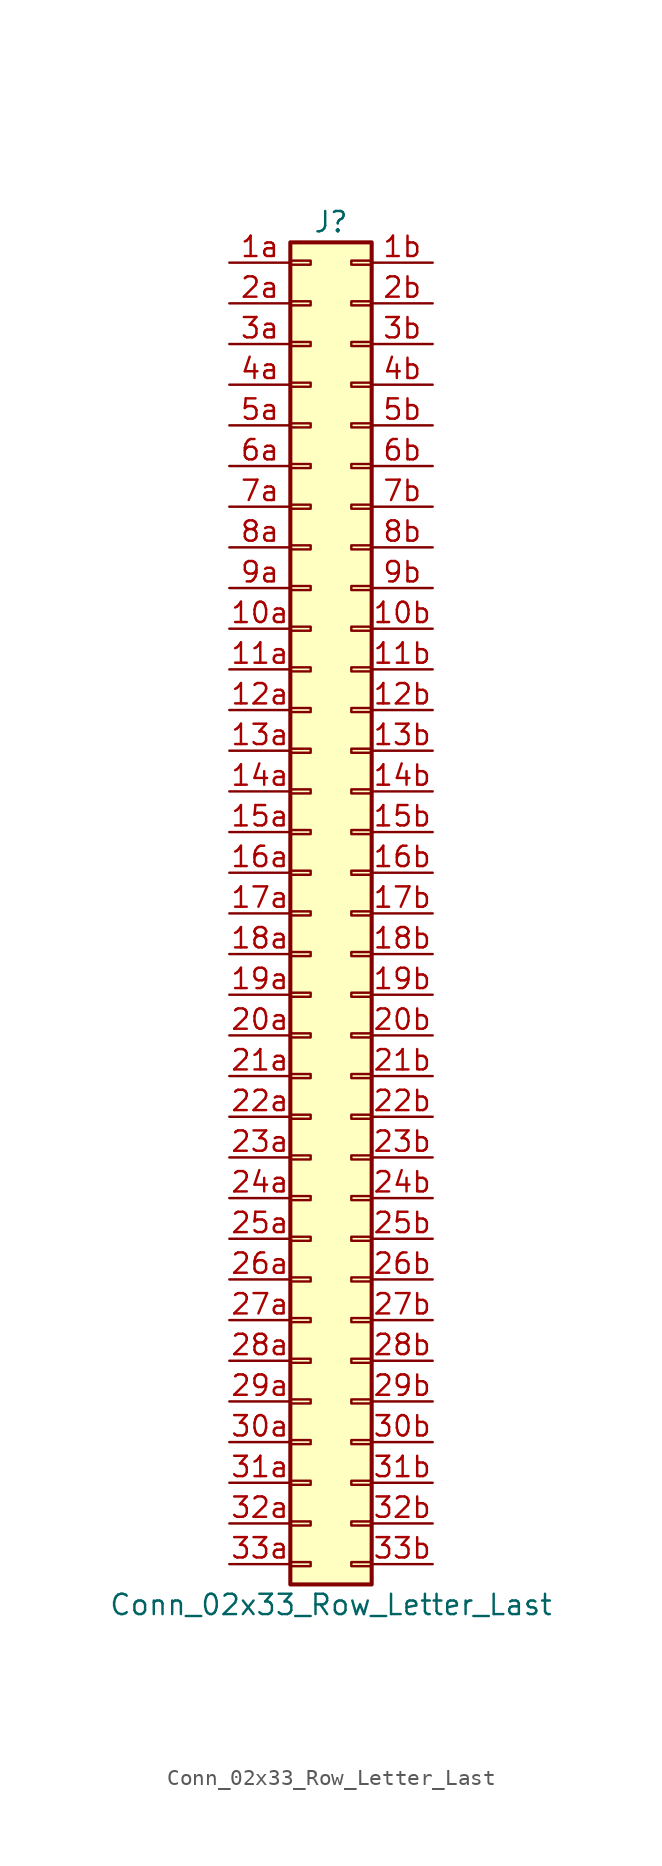
<source format=kicad_sym>
(kicad_symbol_lib
  (version 20201005)
  (generator kicad_symbol_editor)
  (symbol "Conn_02x33_Row_Letter_Last"
    (pin_names
      (offset 1.016) hide)
    (property "Reference" "J"
      (at 1.27 43.18 0)
      (effects (font (size 1.27 1.27))))
    (property "Value" "Conn_02x33_Row_Letter_Last"
      (at 1.27 -43.18 0)
      (effects (font (size 1.27 1.27))))
    (symbol "Conn_02x33_Row_Letter_Last_1_1"
      (rectangle (start -1.27 -40.513) (end 0 -40.767) (stroke (width 0.152)) (fill (type none)))
      (rectangle (start -1.27 -37.973) (end 0 -38.227) (stroke (width 0.152)) (fill (type none)))
      (rectangle (start -1.27 -35.433) (end 0 -35.687) (stroke (width 0.152)) (fill (type none)))
      (rectangle (start -1.27 -32.893) (end 0 -33.147) (stroke (width 0.152)) (fill (type none)))
      (rectangle (start -1.27 -30.353) (end 0 -30.607) (stroke (width 0.152)) (fill (type none)))
      (rectangle (start -1.27 -27.813) (end 0 -28.067) (stroke (width 0.152)) (fill (type none)))
      (rectangle (start -1.27 -25.273) (end 0 -25.527) (stroke (width 0.152)) (fill (type none)))
      (rectangle (start -1.27 -22.733) (end 0 -22.987) (stroke (width 0.152)) (fill (type none)))
      (rectangle (start -1.27 -20.193) (end 0 -20.447) (stroke (width 0.152)) (fill (type none)))
      (rectangle (start -1.27 -17.653) (end 0 -17.907) (stroke (width 0.152)) (fill (type none)))
      (rectangle (start -1.27 -15.113) (end 0 -15.367) (stroke (width 0.152)) (fill (type none)))
      (rectangle (start -1.27 -12.573) (end 0 -12.827) (stroke (width 0.152)) (fill (type none)))
      (rectangle (start -1.27 -10.033) (end 0 -10.287) (stroke (width 0.152)) (fill (type none)))
      (rectangle (start -1.27 -7.493) (end 0 -7.747) (stroke (width 0.152)) (fill (type none)))
      (rectangle (start -1.27 -4.953) (end 0 -5.207) (stroke (width 0.152)) (fill (type none)))
      (rectangle (start -1.27 -2.413) (end 0 -2.667) (stroke (width 0.152)) (fill (type none)))
      (rectangle (start -1.27 0.127) (end 0 -0.127) (stroke (width 0.152)) (fill (type none)))
      (rectangle (start -1.27 2.667) (end 0 2.413) (stroke (width 0.152)) (fill (type none)))
      (rectangle (start -1.27 5.207) (end 0 4.953) (stroke (width 0.152)) (fill (type none)))
      (rectangle (start -1.27 7.747) (end 0 7.493) (stroke (width 0.152)) (fill (type none)))
      (rectangle (start -1.27 10.287) (end 0 10.033) (stroke (width 0.152)) (fill (type none)))
      (rectangle (start -1.27 12.827) (end 0 12.573) (stroke (width 0.152)) (fill (type none)))
      (rectangle (start -1.27 15.367) (end 0 15.113) (stroke (width 0.152)) (fill (type none)))
      (rectangle (start -1.27 17.907) (end 0 17.653) (stroke (width 0.152)) (fill (type none)))
      (rectangle (start -1.27 20.447) (end 0 20.193) (stroke (width 0.152)) (fill (type none)))
      (rectangle (start -1.27 22.987) (end 0 22.733) (stroke (width 0.152)) (fill (type none)))
      (rectangle (start -1.27 25.527) (end 0 25.273) (stroke (width 0.152)) (fill (type none)))
      (rectangle (start -1.27 28.067) (end 0 27.813) (stroke (width 0.152)) (fill (type none)))
      (rectangle (start -1.27 30.607) (end 0 30.353) (stroke (width 0.152)) (fill (type none)))
      (rectangle (start -1.27 33.147) (end 0 32.893) (stroke (width 0.152)) (fill (type none)))
      (rectangle (start -1.27 35.687) (end 0 35.433) (stroke (width 0.152)) (fill (type none)))
      (rectangle (start -1.27 38.227) (end 0 37.973) (stroke (width 0.152)) (fill (type none)))
      (rectangle (start -1.27 40.767) (end 0 40.513) (stroke (width 0.152)) (fill (type none)))
      (rectangle (start -1.27 41.91) (end 3.81 -41.91) (stroke (width 0.254)) (fill (type background)))
      (rectangle (start 3.81 -40.513) (end 2.54 -40.767) (stroke (width 0.152)) (fill (type none)))
      (rectangle (start 3.81 -37.973) (end 2.54 -38.227) (stroke (width 0.152)) (fill (type none)))
      (rectangle (start 3.81 -35.433) (end 2.54 -35.687) (stroke (width 0.152)) (fill (type none)))
      (rectangle (start 3.81 -32.893) (end 2.54 -33.147) (stroke (width 0.152)) (fill (type none)))
      (rectangle (start 3.81 -30.353) (end 2.54 -30.607) (stroke (width 0.152)) (fill (type none)))
      (rectangle (start 3.81 -27.813) (end 2.54 -28.067) (stroke (width 0.152)) (fill (type none)))
      (rectangle (start 3.81 -25.273) (end 2.54 -25.527) (stroke (width 0.152)) (fill (type none)))
      (rectangle (start 3.81 -22.733) (end 2.54 -22.987) (stroke (width 0.152)) (fill (type none)))
      (rectangle (start 3.81 -20.193) (end 2.54 -20.447) (stroke (width 0.152)) (fill (type none)))
      (rectangle (start 3.81 -17.653) (end 2.54 -17.907) (stroke (width 0.152)) (fill (type none)))
      (rectangle (start 3.81 -15.113) (end 2.54 -15.367) (stroke (width 0.152)) (fill (type none)))
      (rectangle (start 3.81 -12.573) (end 2.54 -12.827) (stroke (width 0.152)) (fill (type none)))
      (rectangle (start 3.81 -10.033) (end 2.54 -10.287) (stroke (width 0.152)) (fill (type none)))
      (rectangle (start 3.81 -7.493) (end 2.54 -7.747) (stroke (width 0.152)) (fill (type none)))
      (rectangle (start 3.81 -4.953) (end 2.54 -5.207) (stroke (width 0.152)) (fill (type none)))
      (rectangle (start 3.81 -2.413) (end 2.54 -2.667) (stroke (width 0.152)) (fill (type none)))
      (rectangle (start 3.81 0.127) (end 2.54 -0.127) (stroke (width 0.152)) (fill (type none)))
      (rectangle (start 3.81 2.667) (end 2.54 2.413) (stroke (width 0.152)) (fill (type none)))
      (rectangle (start 3.81 5.207) (end 2.54 4.953) (stroke (width 0.152)) (fill (type none)))
      (rectangle (start 3.81 7.747) (end 2.54 7.493) (stroke (width 0.152)) (fill (type none)))
      (rectangle (start 3.81 10.287) (end 2.54 10.033) (stroke (width 0.152)) (fill (type none)))
      (rectangle (start 3.81 12.827) (end 2.54 12.573) (stroke (width 0.152)) (fill (type none)))
      (rectangle (start 3.81 15.367) (end 2.54 15.113) (stroke (width 0.152)) (fill (type none)))
      (rectangle (start 3.81 17.907) (end 2.54 17.653) (stroke (width 0.152)) (fill (type none)))
      (rectangle (start 3.81 20.447) (end 2.54 20.193) (stroke (width 0.152)) (fill (type none)))
      (rectangle (start 3.81 22.987) (end 2.54 22.733) (stroke (width 0.152)) (fill (type none)))
      (rectangle (start 3.81 25.527) (end 2.54 25.273) (stroke (width 0.152)) (fill (type none)))
      (rectangle (start 3.81 28.067) (end 2.54 27.813) (stroke (width 0.152)) (fill (type none)))
      (rectangle (start 3.81 30.607) (end 2.54 30.353) (stroke (width 0.152)) (fill (type none)))
      (rectangle (start 3.81 33.147) (end 2.54 32.893) (stroke (width 0.152)) (fill (type none)))
      (rectangle (start 3.81 35.687) (end 2.54 35.433) (stroke (width 0.152)) (fill (type none)))
      (rectangle (start 3.81 38.227) (end 2.54 37.973) (stroke (width 0.152)) (fill (type none)))
      (rectangle (start 3.81 40.767) (end 2.54 40.513) (stroke (width 0.152)) (fill (type none)))
      (pin passive line (at -5.08 17.78 0) (length 3.81) (name "Pin_10a" (effects (font (size 1.27 1.27)))) (number "10a" (effects (font (size 1.27 1.27)))))
      (pin passive line (at 7.62 17.78 180) (length 3.81) (name "Pin_10b" (effects (font (size 1.27 1.27)))) (number "10b" (effects (font (size 1.27 1.27)))))
      (pin passive line (at -5.08 15.24 0) (length 3.81) (name "Pin_11a" (effects (font (size 1.27 1.27)))) (number "11a" (effects (font (size 1.27 1.27)))))
      (pin passive line (at 7.62 15.24 180) (length 3.81) (name "Pin_11b" (effects (font (size 1.27 1.27)))) (number "11b" (effects (font (size 1.27 1.27)))))
      (pin passive line (at -5.08 12.7 0) (length 3.81) (name "Pin_12a" (effects (font (size 1.27 1.27)))) (number "12a" (effects (font (size 1.27 1.27)))))
      (pin passive line (at 7.62 12.7 180) (length 3.81) (name "Pin_12b" (effects (font (size 1.27 1.27)))) (number "12b" (effects (font (size 1.27 1.27)))))
      (pin passive line (at -5.08 10.16 0) (length 3.81) (name "Pin_13a" (effects (font (size 1.27 1.27)))) (number "13a" (effects (font (size 1.27 1.27)))))
      (pin passive line (at 7.62 10.16 180) (length 3.81) (name "Pin_13b" (effects (font (size 1.27 1.27)))) (number "13b" (effects (font (size 1.27 1.27)))))
      (pin passive line (at -5.08 7.62 0) (length 3.81) (name "Pin_14a" (effects (font (size 1.27 1.27)))) (number "14a" (effects (font (size 1.27 1.27)))))
      (pin passive line (at 7.62 7.62 180) (length 3.81) (name "Pin_14b" (effects (font (size 1.27 1.27)))) (number "14b" (effects (font (size 1.27 1.27)))))
      (pin passive line (at -5.08 5.08 0) (length 3.81) (name "Pin_15a" (effects (font (size 1.27 1.27)))) (number "15a" (effects (font (size 1.27 1.27)))))
      (pin passive line (at 7.62 5.08 180) (length 3.81) (name "Pin_15b" (effects (font (size 1.27 1.27)))) (number "15b" (effects (font (size 1.27 1.27)))))
      (pin passive line (at -5.08 2.54 0) (length 3.81) (name "Pin_16a" (effects (font (size 1.27 1.27)))) (number "16a" (effects (font (size 1.27 1.27)))))
      (pin passive line (at 7.62 2.54 180) (length 3.81) (name "Pin_16b" (effects (font (size 1.27 1.27)))) (number "16b" (effects (font (size 1.27 1.27)))))
      (pin passive line (at -5.08 0 0) (length 3.81) (name "Pin_17a" (effects (font (size 1.27 1.27)))) (number "17a" (effects (font (size 1.27 1.27)))))
      (pin passive line (at 7.62 0 180) (length 3.81) (name "Pin_17b" (effects (font (size 1.27 1.27)))) (number "17b" (effects (font (size 1.27 1.27)))))
      (pin passive line (at -5.08 -2.54 0) (length 3.81) (name "Pin_18a" (effects (font (size 1.27 1.27)))) (number "18a" (effects (font (size 1.27 1.27)))))
      (pin passive line (at 7.62 -2.54 180) (length 3.81) (name "Pin_18b" (effects (font (size 1.27 1.27)))) (number "18b" (effects (font (size 1.27 1.27)))))
      (pin passive line (at -5.08 -5.08 0) (length 3.81) (name "Pin_19a" (effects (font (size 1.27 1.27)))) (number "19a" (effects (font (size 1.27 1.27)))))
      (pin passive line (at 7.62 -5.08 180) (length 3.81) (name "Pin_19b" (effects (font (size 1.27 1.27)))) (number "19b" (effects (font (size 1.27 1.27)))))
      (pin passive line (at -5.08 40.64 0) (length 3.81) (name "Pin_1a" (effects (font (size 1.27 1.27)))) (number "1a" (effects (font (size 1.27 1.27)))))
      (pin passive line (at 7.62 40.64 180) (length 3.81) (name "Pin_1b" (effects (font (size 1.27 1.27)))) (number "1b" (effects (font (size 1.27 1.27)))))
      (pin passive line (at -5.08 -7.62 0) (length 3.81) (name "Pin_20a" (effects (font (size 1.27 1.27)))) (number "20a" (effects (font (size 1.27 1.27)))))
      (pin passive line (at 7.62 -7.62 180) (length 3.81) (name "Pin_20b" (effects (font (size 1.27 1.27)))) (number "20b" (effects (font (size 1.27 1.27)))))
      (pin passive line (at -5.08 -10.16 0) (length 3.81) (name "Pin_21a" (effects (font (size 1.27 1.27)))) (number "21a" (effects (font (size 1.27 1.27)))))
      (pin passive line (at 7.62 -10.16 180) (length 3.81) (name "Pin_21b" (effects (font (size 1.27 1.27)))) (number "21b" (effects (font (size 1.27 1.27)))))
      (pin passive line (at -5.08 -12.7 0) (length 3.81) (name "Pin_22a" (effects (font (size 1.27 1.27)))) (number "22a" (effects (font (size 1.27 1.27)))))
      (pin passive line (at 7.62 -12.7 180) (length 3.81) (name "Pin_22b" (effects (font (size 1.27 1.27)))) (number "22b" (effects (font (size 1.27 1.27)))))
      (pin passive line (at -5.08 -15.24 0) (length 3.81) (name "Pin_23a" (effects (font (size 1.27 1.27)))) (number "23a" (effects (font (size 1.27 1.27)))))
      (pin passive line (at 7.62 -15.24 180) (length 3.81) (name "Pin_23b" (effects (font (size 1.27 1.27)))) (number "23b" (effects (font (size 1.27 1.27)))))
      (pin passive line (at -5.08 -17.78 0) (length 3.81) (name "Pin_24a" (effects (font (size 1.27 1.27)))) (number "24a" (effects (font (size 1.27 1.27)))))
      (pin passive line (at 7.62 -17.78 180) (length 3.81) (name "Pin_24b" (effects (font (size 1.27 1.27)))) (number "24b" (effects (font (size 1.27 1.27)))))
      (pin passive line (at -5.08 -20.32 0) (length 3.81) (name "Pin_25a" (effects (font (size 1.27 1.27)))) (number "25a" (effects (font (size 1.27 1.27)))))
      (pin passive line (at 7.62 -20.32 180) (length 3.81) (name "Pin_25b" (effects (font (size 1.27 1.27)))) (number "25b" (effects (font (size 1.27 1.27)))))
      (pin passive line (at -5.08 -22.86 0) (length 3.81) (name "Pin_26a" (effects (font (size 1.27 1.27)))) (number "26a" (effects (font (size 1.27 1.27)))))
      (pin passive line (at 7.62 -22.86 180) (length 3.81) (name "Pin_26b" (effects (font (size 1.27 1.27)))) (number "26b" (effects (font (size 1.27 1.27)))))
      (pin passive line (at -5.08 -25.4 0) (length 3.81) (name "Pin_27a" (effects (font (size 1.27 1.27)))) (number "27a" (effects (font (size 1.27 1.27)))))
      (pin passive line (at 7.62 -25.4 180) (length 3.81) (name "Pin_27b" (effects (font (size 1.27 1.27)))) (number "27b" (effects (font (size 1.27 1.27)))))
      (pin passive line (at -5.08 -27.94 0) (length 3.81) (name "Pin_28a" (effects (font (size 1.27 1.27)))) (number "28a" (effects (font (size 1.27 1.27)))))
      (pin passive line (at 7.62 -27.94 180) (length 3.81) (name "Pin_28b" (effects (font (size 1.27 1.27)))) (number "28b" (effects (font (size 1.27 1.27)))))
      (pin passive line (at -5.08 -30.48 0) (length 3.81) (name "Pin_29a" (effects (font (size 1.27 1.27)))) (number "29a" (effects (font (size 1.27 1.27)))))
      (pin passive line (at 7.62 -30.48 180) (length 3.81) (name "Pin_29b" (effects (font (size 1.27 1.27)))) (number "29b" (effects (font (size 1.27 1.27)))))
      (pin passive line (at -5.08 38.1 0) (length 3.81) (name "Pin_2a" (effects (font (size 1.27 1.27)))) (number "2a" (effects (font (size 1.27 1.27)))))
      (pin passive line (at 7.62 38.1 180) (length 3.81) (name "Pin_2b" (effects (font (size 1.27 1.27)))) (number "2b" (effects (font (size 1.27 1.27)))))
      (pin passive line (at -5.08 -33.02 0) (length 3.81) (name "Pin_30a" (effects (font (size 1.27 1.27)))) (number "30a" (effects (font (size 1.27 1.27)))))
      (pin passive line (at 7.62 -33.02 180) (length 3.81) (name "Pin_30b" (effects (font (size 1.27 1.27)))) (number "30b" (effects (font (size 1.27 1.27)))))
      (pin passive line (at -5.08 -35.56 0) (length 3.81) (name "Pin_31a" (effects (font (size 1.27 1.27)))) (number "31a" (effects (font (size 1.27 1.27)))))
      (pin passive line (at 7.62 -35.56 180) (length 3.81) (name "Pin_31b" (effects (font (size 1.27 1.27)))) (number "31b" (effects (font (size 1.27 1.27)))))
      (pin passive line (at -5.08 -38.1 0) (length 3.81) (name "Pin_32a" (effects (font (size 1.27 1.27)))) (number "32a" (effects (font (size 1.27 1.27)))))
      (pin passive line (at 7.62 -38.1 180) (length 3.81) (name "Pin_32b" (effects (font (size 1.27 1.27)))) (number "32b" (effects (font (size 1.27 1.27)))))
      (pin passive line (at -5.08 -40.64 0) (length 3.81) (name "Pin_33a" (effects (font (size 1.27 1.27)))) (number "33a" (effects (font (size 1.27 1.27)))))
      (pin passive line (at 7.62 -40.64 180) (length 3.81) (name "Pin_33b" (effects (font (size 1.27 1.27)))) (number "33b" (effects (font (size 1.27 1.27)))))
      (pin passive line (at -5.08 35.56 0) (length 3.81) (name "Pin_3a" (effects (font (size 1.27 1.27)))) (number "3a" (effects (font (size 1.27 1.27)))))
      (pin passive line (at 7.62 35.56 180) (length 3.81) (name "Pin_3b" (effects (font (size 1.27 1.27)))) (number "3b" (effects (font (size 1.27 1.27)))))
      (pin passive line (at -5.08 33.02 0) (length 3.81) (name "Pin_4a" (effects (font (size 1.27 1.27)))) (number "4a" (effects (font (size 1.27 1.27)))))
      (pin passive line (at 7.62 33.02 180) (length 3.81) (name "Pin_4b" (effects (font (size 1.27 1.27)))) (number "4b" (effects (font (size 1.27 1.27)))))
      (pin passive line (at -5.08 30.48 0) (length 3.81) (name "Pin_5a" (effects (font (size 1.27 1.27)))) (number "5a" (effects (font (size 1.27 1.27)))))
      (pin passive line (at 7.62 30.48 180) (length 3.81) (name "Pin_5b" (effects (font (size 1.27 1.27)))) (number "5b" (effects (font (size 1.27 1.27)))))
      (pin passive line (at -5.08 27.94 0) (length 3.81) (name "Pin_6a" (effects (font (size 1.27 1.27)))) (number "6a" (effects (font (size 1.27 1.27)))))
      (pin passive line (at 7.62 27.94 180) (length 3.81) (name "Pin_6b" (effects (font (size 1.27 1.27)))) (number "6b" (effects (font (size 1.27 1.27)))))
      (pin passive line (at -5.08 25.4 0) (length 3.81) (name "Pin_7a" (effects (font (size 1.27 1.27)))) (number "7a" (effects (font (size 1.27 1.27)))))
      (pin passive line (at 7.62 25.4 180) (length 3.81) (name "Pin_7b" (effects (font (size 1.27 1.27)))) (number "7b" (effects (font (size 1.27 1.27)))))
      (pin passive line (at -5.08 22.86 0) (length 3.81) (name "Pin_8a" (effects (font (size 1.27 1.27)))) (number "8a" (effects (font (size 1.27 1.27)))))
      (pin passive line (at 7.62 22.86 180) (length 3.81) (name "Pin_8b" (effects (font (size 1.27 1.27)))) (number "8b" (effects (font (size 1.27 1.27)))))
      (pin passive line (at -5.08 20.32 0) (length 3.81) (name "Pin_9a" (effects (font (size 1.27 1.27)))) (number "9a" (effects (font (size 1.27 1.27)))))
      (pin passive line (at 7.62 20.32 180) (length 3.81) (name "Pin_9b" (effects (font (size 1.27 1.27)))) (number "9b" (effects (font (size 1.27 1.27))))))))
</source>
